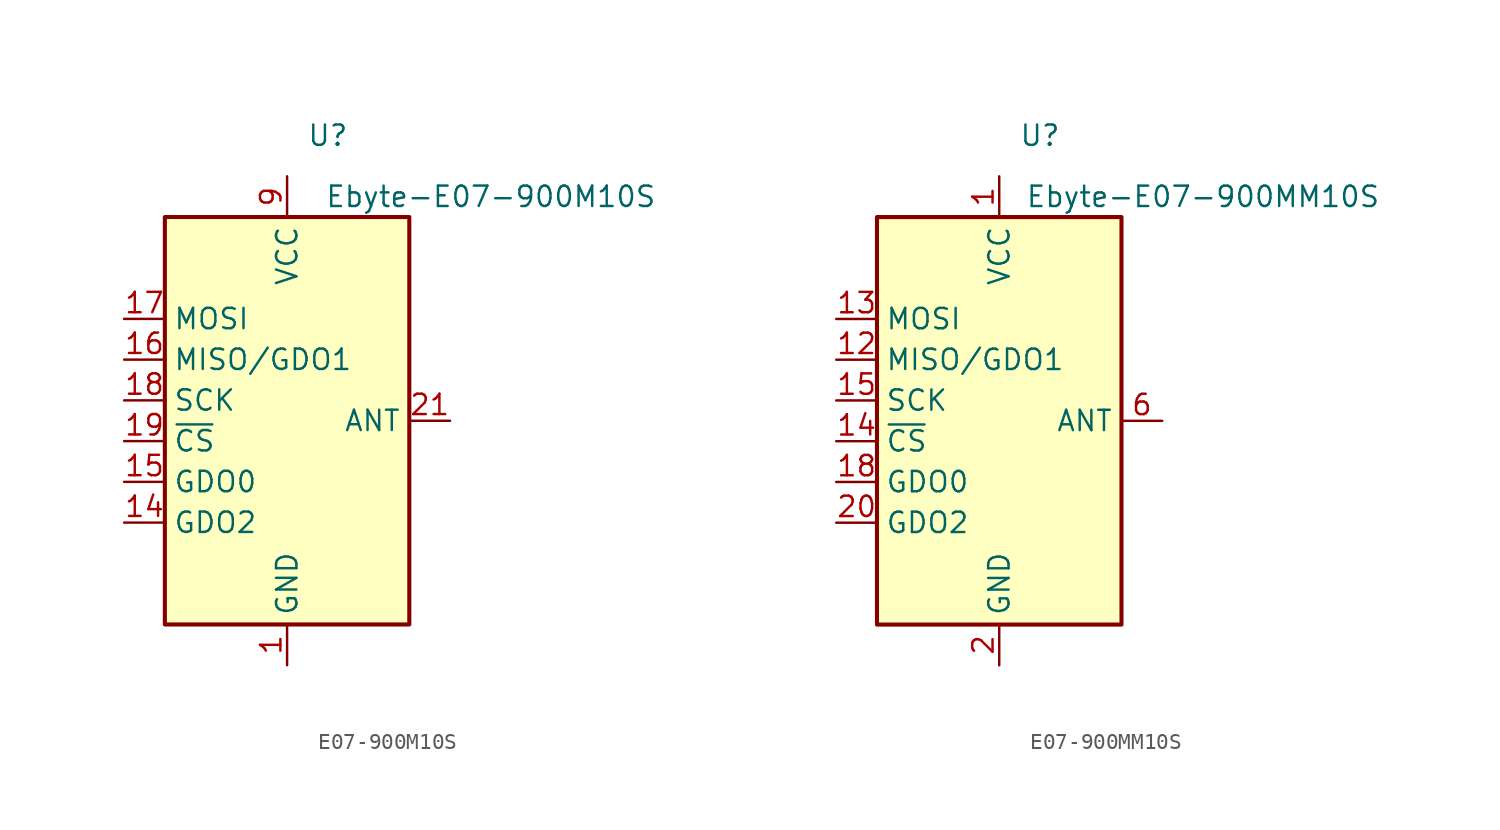
<source format=kicad_sym>
(kicad_symbol_lib
  (version 20220914)
  (generator kicad_symbol_editor)
  (symbol "E07-900M10S"
    (property "Reference" "U"
      (at 2.54 17.78 0)
      (effects (font (size 1.27 1.27))))
    (property "Value" "Ebyte-E07-900M10S"
      (at 12.7 13.97 0)
      (effects (font (size 1.27 1.27))))
    (symbol "E07-900M10S_0_1"
      (rectangle (start -7.62 12.7) (end 7.62 -12.7) (stroke (width 0.254) (type default)) (fill (type background))))
    (symbol "E07-900M10S_1_0"
      (pin passive line (at 0 -15.24 90) (length 2.54) hide (name "GND" (effects (font (size 1.27 1.27)))) (number "11" (effects (font (size 1.27 1.27)))))
      (pin passive line (at 0 -15.24 90) (length 2.54) hide (name "GND" (effects (font (size 1.27 1.27)))) (number "12" (effects (font (size 1.27 1.27)))))
      (pin passive line (at 0 -15.24 90) (length 2.54) hide (name "GND" (effects (font (size 1.27 1.27)))) (number "20" (effects (font (size 1.27 1.27)))))
      (pin passive line (at 0 -15.24 90) (length 2.54) hide (name "GND" (effects (font (size 1.27 1.27)))) (number "22" (effects (font (size 1.27 1.27)))))
      (pin passive line (at 0 -15.24 90) (length 2.54) hide (name "GND" (effects (font (size 1.27 1.27)))) (number "4" (effects (font (size 1.27 1.27)))))
      (pin passive line (at 0 -15.24 90) (length 2.54) hide (name "GND" (effects (font (size 1.27 1.27)))) (number "5" (effects (font (size 1.27 1.27))))))
    (symbol "E07-900M10S_1_1"
      (pin power_in line (at 0 -15.24 90) (length 2.54) (name "GND" (effects (font (size 1.27 1.27)))) (number "1" (effects (font (size 1.27 1.27)))))
      (pin output line (at -10.16 -6.35 0) (length 2.54) (name "GDO2" (effects (font (size 1.27 1.27)))) (number "14" (effects (font (size 1.27 1.27)))))
      (pin bidirectional line (at -10.16 -3.81 0) (length 2.54) (name "GDO0" (effects (font (size 1.27 1.27)))) (number "15" (effects (font (size 1.27 1.27)))))
      (pin output line (at -10.16 3.81 0) (length 2.54) (name "MISO/GDO1" (effects (font (size 1.27 1.27)))) (number "16" (effects (font (size 1.27 1.27)))))
      (pin input line (at -10.16 6.35 0) (length 2.54) (name "MOSI" (effects (font (size 1.27 1.27)))) (number "17" (effects (font (size 1.27 1.27)))))
      (pin input line (at -10.16 1.27 0) (length 2.54) (name "SCK" (effects (font (size 1.27 1.27)))) (number "18" (effects (font (size 1.27 1.27)))))
      (pin input line (at -10.16 -1.27 0) (length 2.54) (name "~{CS}" (effects (font (size 1.27 1.27)))) (number "19" (effects (font (size 1.27 1.27)))))
      (pin passive line (at 0 -15.24 90) (length 2.54) hide (name "GND" (effects (font (size 1.27 1.27)))) (number "2" (effects (font (size 1.27 1.27)))))
      (pin passive line (at 10.16 0 180) (length 2.54) (name "ANT" (effects (font (size 1.27 1.27)))) (number "21" (effects (font (size 1.27 1.27)))))
      (pin passive line (at 0 -15.24 90) (length 2.54) hide (name "GND" (effects (font (size 1.27 1.27)))) (number "3" (effects (font (size 1.27 1.27)))))
      (pin power_in line (at 0 15.24 270) (length 2.54) (name "VCC" (effects (font (size 1.27 1.27)))) (number "9" (effects (font (size 1.27 1.27)))))))
  (symbol "E07-900MM10S"
    (property "Reference" "U"
      (at 2.54 17.78 0)
      (effects (font (size 1.27 1.27))))
    (property "Value" "Ebyte-E07-900MM10S"
      (at 12.7 13.97 0)
      (effects (font (size 1.27 1.27))))
    (symbol "E07-900MM10S_0_1"
      (rectangle (start -7.62 12.7) (end 7.62 -12.7) (stroke (width 0.254) (type default)) (fill (type background))))
    (symbol "E07-900MM10S_1_1"
      (pin power_in line (at 0 15.24 270) (length 2.54) (name "VCC" (effects (font (size 1.27 1.27)))) (number "1" (effects (font (size 1.27 1.27)))))
      (pin output line (at -10.16 3.81 0) (length 2.54) (name "MISO/GDO1" (effects (font (size 1.27 1.27)))) (number "12" (effects (font (size 1.27 1.27)))))
      (pin input line (at -10.16 6.35 0) (length 2.54) (name "MOSI" (effects (font (size 1.27 1.27)))) (number "13" (effects (font (size 1.27 1.27)))))
      (pin input line (at -10.16 -1.27 0) (length 2.54) (name "~{CS}" (effects (font (size 1.27 1.27)))) (number "14" (effects (font (size 1.27 1.27)))))
      (pin input line (at -10.16 1.27 0) (length 2.54) (name "SCK" (effects (font (size 1.27 1.27)))) (number "15" (effects (font (size 1.27 1.27)))))
      (pin passive line (at 0 -15.24 90) (length 2.54) hide (name "GND" (effects (font (size 1.27 1.27)))) (number "16" (effects (font (size 1.27 1.27)))))
      (pin bidirectional line (at -10.16 -3.81 0) (length 2.54) (name "GDO0" (effects (font (size 1.27 1.27)))) (number "18" (effects (font (size 1.27 1.27)))))
      (pin power_in line (at 0 -15.24 90) (length 2.54) (name "GND" (effects (font (size 1.27 1.27)))) (number "2" (effects (font (size 1.27 1.27)))))
      (pin output line (at -10.16 -6.35 0) (length 2.54) (name "GDO2" (effects (font (size 1.27 1.27)))) (number "20" (effects (font (size 1.27 1.27)))))
      (pin passive line (at 10.16 0 180) (length 2.54) (name "ANT" (effects (font (size 1.27 1.27)))) (number "6" (effects (font (size 1.27 1.27)))))
      (pin passive line (at 0 -15.24 90) (length 2.54) hide (name "GND" (effects (font (size 1.27 1.27)))) (number "7" (effects (font (size 1.27 1.27))))))))
</source>
